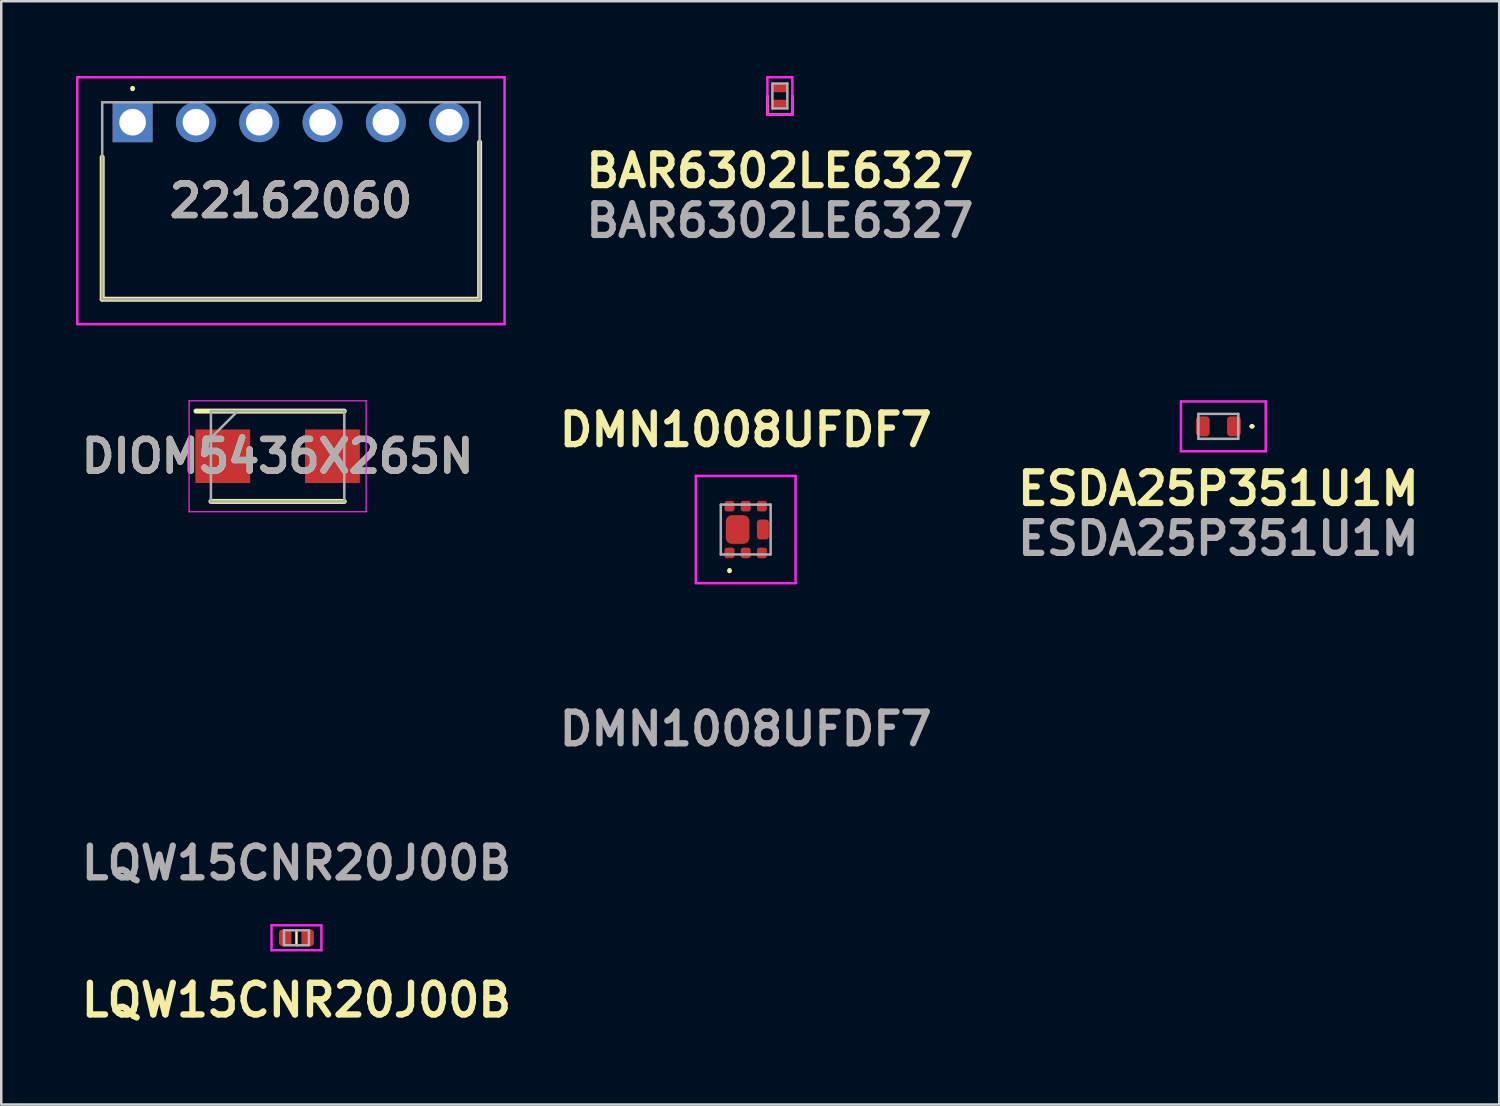
<source format=kicad_pcb>
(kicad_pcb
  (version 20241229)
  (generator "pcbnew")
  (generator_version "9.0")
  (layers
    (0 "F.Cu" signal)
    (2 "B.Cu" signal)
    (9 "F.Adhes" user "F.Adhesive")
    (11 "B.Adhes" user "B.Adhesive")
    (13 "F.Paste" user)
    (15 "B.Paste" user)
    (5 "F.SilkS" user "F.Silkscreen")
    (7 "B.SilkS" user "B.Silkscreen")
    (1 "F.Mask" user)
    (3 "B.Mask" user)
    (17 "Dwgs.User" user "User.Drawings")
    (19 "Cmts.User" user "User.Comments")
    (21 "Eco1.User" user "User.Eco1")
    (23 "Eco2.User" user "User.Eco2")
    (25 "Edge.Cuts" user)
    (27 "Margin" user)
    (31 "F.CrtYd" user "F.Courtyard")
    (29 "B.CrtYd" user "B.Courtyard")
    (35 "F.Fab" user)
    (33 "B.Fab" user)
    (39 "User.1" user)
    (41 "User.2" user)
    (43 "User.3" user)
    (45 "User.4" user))
  (footprint "DIOM5436X265N"
    (layer "F.Cu")
    (at 8.086 15.253)
    (property "Reference" "DIOM5436X265N" (at 0 0 0) (layer "F.SilkS") (effects (font (size 1.27 1.27) (thickness 0.254))))
    (attr smd)
    (fp_line (start -2.675 1.812) (end 2.675 1.812) (stroke (width 0.2) (type solid)) (layer "F.SilkS"))
    (fp_line (start 2.675 -1.812) (end -3.275 -1.812) (stroke (width 0.2) (type solid)) (layer "F.SilkS"))
    (fp_line (start -3.55 -2.225) (end 3.55 -2.225) (stroke (width 0.05) (type solid)) (layer "F.CrtYd"))
    (fp_line (start -3.55 2.225) (end -3.55 -2.225) (stroke (width 0.05) (type solid)) (layer "F.CrtYd"))
    (fp_line (start 3.55 -2.225) (end 3.55 2.225) (stroke (width 0.05) (type solid)) (layer "F.CrtYd"))
    (fp_line (start 3.55 2.225) (end -3.55 2.225) (stroke (width 0.05) (type solid)) (layer "F.CrtYd"))
    (fp_line (start -2.675 -1.812) (end 2.675 -1.812) (stroke (width 0.1) (type solid)) (layer "F.Fab"))
    (fp_line (start -2.675 -0.738) (end -1.6 -1.812) (stroke (width 0.1) (type solid)) (layer "F.Fab"))
    (fp_line (start -2.675 1.812) (end -2.675 -1.812) (stroke (width 0.1) (type solid)) (layer "F.Fab"))
    (fp_line (start 2.675 -1.812) (end 2.675 1.812) (stroke (width 0.1) (type solid)) (layer "F.Fab"))
    (fp_line (start 2.675 1.812) (end -2.675 1.812) (stroke (width 0.1) (type solid)) (layer "F.Fab"))
    (fp_text user "${REFERENCE}" (at 0 0 0) (layer "F.Fab") (effects (font (size 1.27 1.27) (thickness 0.254))))
    (pad "1" smd rect (at -2.2 0 90) (size 2.15 2.2) (layers "F.Cu" "F.Mask" "F.Paste"))
    (pad "2" smd rect (at 2.2 0 90) (size 2.15 2.2) (layers "F.Cu" "F.Mask" "F.Paste")))
  (footprint "LQW15CNR20J00B"
    (layer "F.Cu")
    (at 8.842 34.569)
    (property "Reference" "LQW15CNR20J00B" (at 0 2.5 0) (layer "F.SilkS") (effects (font (size 1.27 1.27) (thickness 0.254))))
    (attr smd)
    (fp_line (start 0 -0.3) (end 0 0.3) (stroke (width 0.1) (type solid)) (layer "F.SilkS"))
    (fp_line (start -1 -0.5) (end 1 -0.5) (stroke (width 0.1) (type solid)) (layer "F.CrtYd"))
    (fp_line (start -1 0.5) (end -1 -0.5) (stroke (width 0.1) (type solid)) (layer "F.CrtYd"))
    (fp_line (start 1 -0.5) (end 1 0.5) (stroke (width 0.1) (type solid)) (layer "F.CrtYd"))
    (fp_line (start 1 0.5) (end -1 0.5) (stroke (width 0.1) (type solid)) (layer "F.CrtYd"))
    (fp_line (start -0.5 -0.3) (end 0.5 -0.3) (stroke (width 0.1) (type solid)) (layer "F.Fab"))
    (fp_line (start -0.5 0.3) (end -0.5 -0.3) (stroke (width 0.1) (type solid)) (layer "F.Fab"))
    (fp_line (start 0.5 -0.3) (end 0.5 0.3) (stroke (width 0.1) (type solid)) (layer "F.Fab"))
    (fp_line (start 0.5 0.3) (end -0.5 0.3) (stroke (width 0.1) (type solid)) (layer "F.Fab"))
    (fp_text user "${REFERENCE}" (at 0 -3 0) (layer "F.Fab") (effects (font (size 1.27 1.27) (thickness 0.254))))
    (pad "1" smd roundrect (at -0.45 0) (size 0.5 0.66) (layers "F.Cu" "F.Mask" "F.Paste") (roundrect_rratio 0.25))
    (pad "2" smd roundrect (at 0.45 0) (size 0.5 0.66) (layers "F.Cu" "F.Mask" "F.Paste") (roundrect_rratio 0.25)))
  (footprint "BAR6302LE6327"
    (layer "F.Cu")
    (at 28.235 0.8)
    (property "Reference" "BAR6302LE6327" (at 0 3 0) (layer "F.SilkS") (effects (font (size 1.27 1.27) (thickness 0.254))))
    (attr smd)
    (fp_line (start -0.5 0.75) (end -0.5 0) (stroke (width 0.1) (type default)) (layer "F.SilkS"))
    (fp_line (start -0.5 0.75) (end 0.5 0.75) (stroke (width 0.1) (type default)) (layer "F.SilkS"))
    (fp_line (start 0.5 0.75) (end 0.5 0) (stroke (width 0.1) (type default)) (layer "F.SilkS"))
    (fp_line (start -0.5 -0.75) (end 0.5 -0.75) (stroke (width 0.1) (type solid)) (layer "F.CrtYd"))
    (fp_line (start -0.5 0.75) (end -0.5 -0.75) (stroke (width 0.1) (type solid)) (layer "F.CrtYd"))
    (fp_line (start 0.5 -0.75) (end 0.5 0.75) (stroke (width 0.1) (type solid)) (layer "F.CrtYd"))
    (fp_line (start 0.5 0.75) (end -0.5 0.75) (stroke (width 0.1) (type solid)) (layer "F.CrtYd"))
    (fp_line (start -0.3 -0.5) (end 0.3 -0.5) (stroke (width 0.1) (type solid)) (layer "F.Fab"))
    (fp_line (start -0.3 0.5) (end -0.3 -0.5) (stroke (width 0.1) (type solid)) (layer "F.Fab"))
    (fp_line (start 0.3 -0.5) (end 0.3 0.5) (stroke (width 0.1) (type solid)) (layer "F.Fab"))
    (fp_line (start 0.3 0.5) (end -0.3 0.5) (stroke (width 0.1) (type solid)) (layer "F.Fab"))
    (fp_text user "${REFERENCE}" (at 0 5 0) (layer "F.Fab") (effects (font (size 1.27 1.27) (thickness 0.254))))
    (pad "1" smd roundrect (at 0 0.325 90) (size 0.35 0.6) (layers "F.Cu" "F.Mask" "F.Paste") (roundrect_rratio 0.25))
    (pad "2" smd roundrect (at 0 -0.325 90) (size 0.35 0.6) (layers "F.Cu" "F.Mask" "F.Paste") (roundrect_rratio 0.25)))
  (footprint "22162060"
    (layer "F.Cu")
    (at 2.27 1.853)
    (property "Reference" "22162060" (at 6.35 3.149 0) (layer "F.SilkS") (effects (font (size 1.27 1.27) (thickness 0.254))))
    (attr through_hole)
    (fp_line (start -1.22 1.4) (end -1.22 7.1) (stroke (width 0.2) (type solid)) (layer "F.SilkS"))
    (fp_line (start -1.22 7.1) (end 13.92 7.1) (stroke (width 0.2) (type solid)) (layer "F.SilkS"))
    (fp_line (start 0 -1.4) (end 0 -1.4) (stroke (width 0.1) (type solid)) (layer "F.SilkS"))
    (fp_line (start 0 -1.3) (end 0 -1.3) (stroke (width 0.1) (type solid)) (layer "F.SilkS"))
    (fp_line (start 13.92 7.1) (end 13.92 0.8) (stroke (width 0.2) (type solid)) (layer "F.SilkS"))
    (fp_arc (start 0 -1.4) (mid 0.05 -1.35) (end 0 -1.3) (stroke (width 0.1) (type solid)) (layer "F.SilkS"))
    (fp_arc (start 0 -1.3) (mid -0.05 -1.35) (end 0 -1.4) (stroke (width 0.1) (type solid)) (layer "F.SilkS"))
    (fp_line (start -2.22 -1.803) (end 14.92 -1.803) (stroke (width 0.1) (type solid)) (layer "F.CrtYd"))
    (fp_line (start -2.22 8.1) (end -2.22 -1.803) (stroke (width 0.1) (type solid)) (layer "F.CrtYd"))
    (fp_line (start 14.92 -1.803) (end 14.92 8.1) (stroke (width 0.1) (type solid)) (layer "F.CrtYd"))
    (fp_line (start 14.92 8.1) (end -2.22 8.1) (stroke (width 0.1) (type solid)) (layer "F.CrtYd"))
    (fp_line (start -1.22 -0.8) (end 13.92 -0.8) (stroke (width 0.1) (type solid)) (layer "F.Fab"))
    (fp_line (start -1.22 7.1) (end -1.22 -0.8) (stroke (width 0.1) (type solid)) (layer "F.Fab"))
    (fp_line (start 13.92 -0.8) (end 13.92 7.1) (stroke (width 0.1) (type solid)) (layer "F.Fab"))
    (fp_line (start 13.92 7.1) (end -1.22 7.1) (stroke (width 0.1) (type solid)) (layer "F.Fab"))
    (fp_text user "${REFERENCE}" (at 6.35 3.149 0) (layer "F.Fab") (effects (font (size 1.27 1.27) (thickness 0.254))))
    (pad "1" thru_hole rect (at 0 0) (size 1.605 1.605) (drill 1.07) (layers "*.Cu" "*.Mask"))
    (pad "2" thru_hole circle (at 2.54 0) (size 1.605 1.605) (drill 1.07) (layers "*.Cu" "*.Mask"))
    (pad "3" thru_hole circle (at 5.08 0) (size 1.605 1.605) (drill 1.07) (layers "*.Cu" "*.Mask"))
    (pad "4" thru_hole circle (at 7.62 0) (size 1.605 1.605) (drill 1.07) (layers "*.Cu" "*.Mask"))
    (pad "5" thru_hole circle (at 10.16 0) (size 1.605 1.605) (drill 1.07) (layers "*.Cu" "*.Mask"))
    (pad "6" thru_hole circle (at 12.7 0) (size 1.605 1.605) (drill 1.07) (layers "*.Cu" "*.Mask")))
  (footprint "ESDA25P351U1M"
    (layer "F.Cu")
    (at 45.824 14.053)
    (property "Reference" "ESDA25P351U1M" (at 0 2.5 0) (layer "F.SilkS") (effects (font (size 1.27 1.27) (thickness 0.254))))
    (attr smd)
    (fp_line (start 1.3 0) (end 1.3 0) (stroke (width 0.1) (type solid)) (layer "F.SilkS"))
    (fp_line (start 1.4 0) (end 1.4 0) (stroke (width 0.1) (type solid)) (layer "F.SilkS"))
    (fp_arc (start 1.3 0) (mid 1.35 -0.05) (end 1.4 0) (stroke (width 0.1) (type solid)) (layer "F.SilkS"))
    (fp_arc (start 1.4 0) (mid 1.35 0.05) (end 1.3 0) (stroke (width 0.1) (type solid)) (layer "F.SilkS"))
    (fp_line (start -1.5 -1) (end -1.5 1) (stroke (width 0.1) (type solid)) (layer "F.CrtYd"))
    (fp_line (start -1.5 1) (end 1.9 1) (stroke (width 0.1) (type solid)) (layer "F.CrtYd"))
    (fp_line (start 1.9 -1) (end -1.5 -1) (stroke (width 0.1) (type solid)) (layer "F.CrtYd"))
    (fp_line (start 1.9 1) (end 1.9 -1) (stroke (width 0.1) (type solid)) (layer "F.CrtYd"))
    (fp_line (start -0.8 -0.5) (end 0.8 -0.5) (stroke (width 0.1) (type solid)) (layer "F.Fab"))
    (fp_line (start -0.8 0.5) (end -0.8 -0.5) (stroke (width 0.1) (type solid)) (layer "F.Fab"))
    (fp_line (start 0.8 -0.5) (end 0.8 0.5) (stroke (width 0.1) (type solid)) (layer "F.Fab"))
    (fp_line (start 0.8 0.5) (end -0.8 0.5) (stroke (width 0.1) (type solid)) (layer "F.Fab"))
    (fp_text user "${REFERENCE}" (at 0 4.5 0) (layer "F.Fab") (effects (font (size 1.27 1.27) (thickness 0.254))))
    (pad "1" smd roundrect (at 0.625 0) (size 0.55 0.8) (layers "F.Cu" "F.Mask" "F.Paste") (roundrect_rratio 0.25))
    (pad "2" smd roundrect (at -0.625 0) (size 0.55 0.8) (layers "F.Cu" "F.Mask" "F.Paste") (roundrect_rratio 0.25)))
  (footprint "DMN1008UFDF7"
    (layer "F.Cu")
    (at 26.864 18.192)
    (property "Reference" "DMN1008UFDF7" (at 0 -4 0) (layer "F.SilkS") (effects (font (size 1.27 1.27) (thickness 0.254))))
    (attr smd)
    (fp_line (start -0.65 1.6) (end -0.65 1.6) (stroke (width 0.1) (type solid)) (layer "F.SilkS"))
    (fp_line (start -0.65 1.7) (end -0.65 1.7) (stroke (width 0.1) (type solid)) (layer "F.SilkS"))
    (fp_arc (start -0.65 1.6) (mid -0.6 1.65) (end -0.65 1.7) (stroke (width 0.1) (type solid)) (layer "F.SilkS"))
    (fp_arc (start -0.65 1.7) (mid -0.7 1.65) (end -0.65 1.6) (stroke (width 0.1) (type solid)) (layer "F.SilkS"))
    (fp_line (start -2 -2.15) (end 2 -2.15) (stroke (width 0.1) (type solid)) (layer "F.CrtYd"))
    (fp_line (start -2 2.15) (end -2 -2.15) (stroke (width 0.1) (type solid)) (layer "F.CrtYd"))
    (fp_line (start 2 -2.15) (end 2 2.15) (stroke (width 0.1) (type solid)) (layer "F.CrtYd"))
    (fp_line (start 2 2.15) (end -2 2.15) (stroke (width 0.1) (type solid)) (layer "F.CrtYd"))
    (fp_line (start -1 -1) (end 1 -1) (stroke (width 0.1) (type solid)) (layer "F.Fab"))
    (fp_line (start -1 1) (end -1 -1) (stroke (width 0.1) (type solid)) (layer "F.Fab"))
    (fp_line (start 1 -1) (end 1 1) (stroke (width 0.1) (type solid)) (layer "F.Fab"))
    (fp_line (start 1 1) (end -1 1) (stroke (width 0.1) (type solid)) (layer "F.Fab"))
    (fp_text user "${REFERENCE}" (at 0 8 0) (layer "F.Fab") (effects (font (size 1.27 1.27) (thickness 0.254))))
    (pad "1" smd roundrect (at -0.65 0.938) (size 0.4 0.425) (layers "F.Cu" "F.Mask" "F.Paste") (roundrect_rratio 0.25))
    (pad "2" smd roundrect (at 0 0.938) (size 0.4 0.425) (layers "F.Cu" "F.Mask" "F.Paste") (roundrect_rratio 0.25))
    (pad "3" smd roundrect (at 0.65 0.938) (size 0.4 0.425) (layers "F.Cu" "F.Mask" "F.Paste") (roundrect_rratio 0.25))
    (pad "4" smd roundrect (at 0.65 -0.938) (size 0.4 0.425) (layers "F.Cu" "F.Mask" "F.Paste") (roundrect_rratio 0.25))
    (pad "5" smd roundrect (at 0 -0.938) (size 0.4 0.425) (layers "F.Cu" "F.Mask" "F.Paste") (roundrect_rratio 0.25))
    (pad "6" smd roundrect (at -0.65 -0.938) (size 0.4 0.425) (layers "F.Cu" "F.Mask" "F.Paste") (roundrect_rratio 0.25))
    (pad "7" smd roundrect (at -0.325 0) (size 0.95 1.15) (layers "F.Cu" "F.Mask" "F.Paste") (roundrect_rratio 0.25))
    (pad "8" smd roundrect (at 0.69 0) (size 0.48 0.8) (layers "F.Cu" "F.Mask" "F.Paste") (roundrect_rratio 0.25)))
  (gr_rect
    (start -3 -3)
    (end 57.091 41.258)
    (stroke (width 0.1) (type default))
    (fill no)
    (layer "Edge.Cuts")))
</source>
